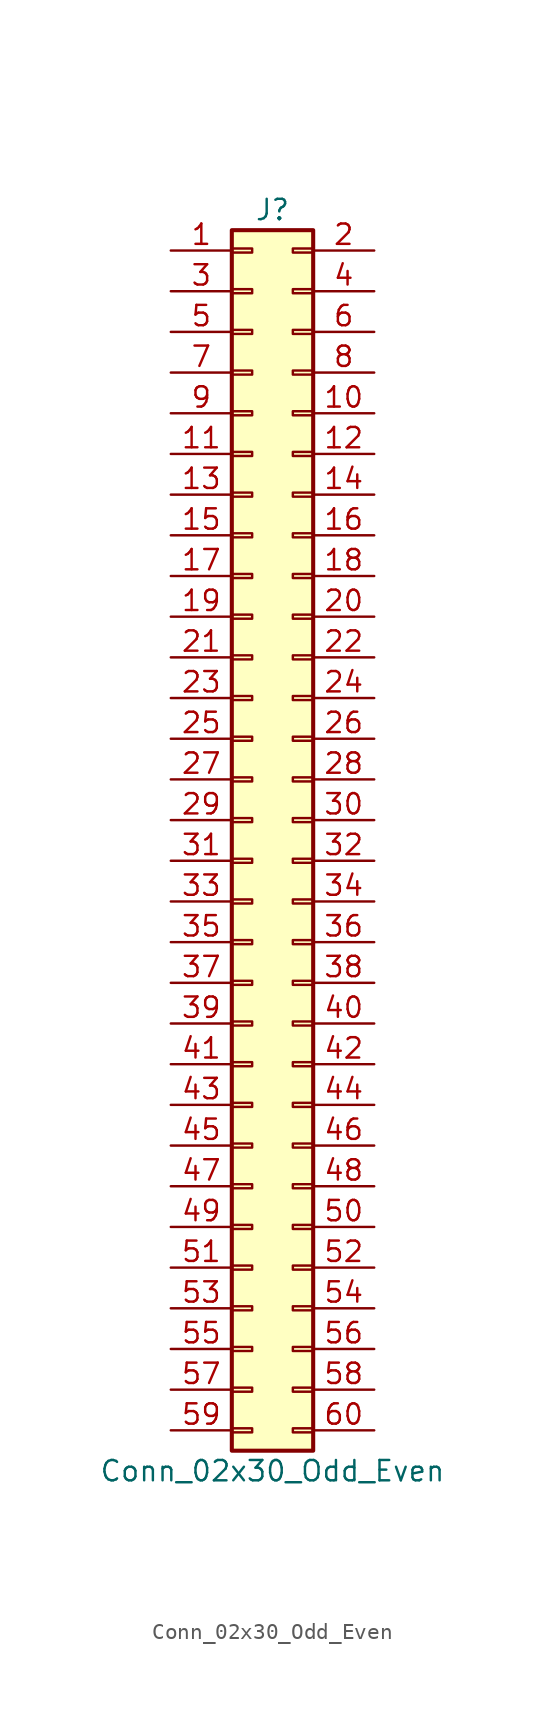
<source format=kicad_sym>
(kicad_symbol_lib
  (version 20201005)
  (generator kicad_symbol_editor)
  (symbol "Conn_02x30_Odd_Even"
    (pin_names
      (offset 1.016) hide)
    (property "Reference" "J"
      (at 1.27 38.1 0)
      (effects (font (size 1.27 1.27))))
    (property "Value" "Conn_02x30_Odd_Even"
      (at 1.27 -40.64 0)
      (effects (font (size 1.27 1.27))))
    (symbol "Conn_02x30_Odd_Even_1_1"
      (rectangle (start -1.27 -37.973) (end 0 -38.227) (stroke (width 0.152)) (fill (type none)))
      (rectangle (start -1.27 -35.433) (end 0 -35.687) (stroke (width 0.152)) (fill (type none)))
      (rectangle (start -1.27 -32.893) (end 0 -33.147) (stroke (width 0.152)) (fill (type none)))
      (rectangle (start -1.27 -30.353) (end 0 -30.607) (stroke (width 0.152)) (fill (type none)))
      (rectangle (start -1.27 -27.813) (end 0 -28.067) (stroke (width 0.152)) (fill (type none)))
      (rectangle (start -1.27 -25.273) (end 0 -25.527) (stroke (width 0.152)) (fill (type none)))
      (rectangle (start -1.27 -22.733) (end 0 -22.987) (stroke (width 0.152)) (fill (type none)))
      (rectangle (start -1.27 -20.193) (end 0 -20.447) (stroke (width 0.152)) (fill (type none)))
      (rectangle (start -1.27 -17.653) (end 0 -17.907) (stroke (width 0.152)) (fill (type none)))
      (rectangle (start -1.27 -15.113) (end 0 -15.367) (stroke (width 0.152)) (fill (type none)))
      (rectangle (start -1.27 -12.573) (end 0 -12.827) (stroke (width 0.152)) (fill (type none)))
      (rectangle (start -1.27 -10.033) (end 0 -10.287) (stroke (width 0.152)) (fill (type none)))
      (rectangle (start -1.27 -7.493) (end 0 -7.747) (stroke (width 0.152)) (fill (type none)))
      (rectangle (start -1.27 -4.953) (end 0 -5.207) (stroke (width 0.152)) (fill (type none)))
      (rectangle (start -1.27 -2.413) (end 0 -2.667) (stroke (width 0.152)) (fill (type none)))
      (rectangle (start -1.27 0.127) (end 0 -0.127) (stroke (width 0.152)) (fill (type none)))
      (rectangle (start -1.27 2.667) (end 0 2.413) (stroke (width 0.152)) (fill (type none)))
      (rectangle (start -1.27 5.207) (end 0 4.953) (stroke (width 0.152)) (fill (type none)))
      (rectangle (start -1.27 7.747) (end 0 7.493) (stroke (width 0.152)) (fill (type none)))
      (rectangle (start -1.27 10.287) (end 0 10.033) (stroke (width 0.152)) (fill (type none)))
      (rectangle (start -1.27 12.827) (end 0 12.573) (stroke (width 0.152)) (fill (type none)))
      (rectangle (start -1.27 15.367) (end 0 15.113) (stroke (width 0.152)) (fill (type none)))
      (rectangle (start -1.27 17.907) (end 0 17.653) (stroke (width 0.152)) (fill (type none)))
      (rectangle (start -1.27 20.447) (end 0 20.193) (stroke (width 0.152)) (fill (type none)))
      (rectangle (start -1.27 22.987) (end 0 22.733) (stroke (width 0.152)) (fill (type none)))
      (rectangle (start -1.27 25.527) (end 0 25.273) (stroke (width 0.152)) (fill (type none)))
      (rectangle (start -1.27 28.067) (end 0 27.813) (stroke (width 0.152)) (fill (type none)))
      (rectangle (start -1.27 30.607) (end 0 30.353) (stroke (width 0.152)) (fill (type none)))
      (rectangle (start -1.27 33.147) (end 0 32.893) (stroke (width 0.152)) (fill (type none)))
      (rectangle (start -1.27 35.687) (end 0 35.433) (stroke (width 0.152)) (fill (type none)))
      (rectangle (start 3.81 -37.973) (end 2.54 -38.227) (stroke (width 0.152)) (fill (type none)))
      (rectangle (start 3.81 -35.433) (end 2.54 -35.687) (stroke (width 0.152)) (fill (type none)))
      (rectangle (start 3.81 -32.893) (end 2.54 -33.147) (stroke (width 0.152)) (fill (type none)))
      (rectangle (start 3.81 -30.353) (end 2.54 -30.607) (stroke (width 0.152)) (fill (type none)))
      (rectangle (start 3.81 -27.813) (end 2.54 -28.067) (stroke (width 0.152)) (fill (type none)))
      (rectangle (start 3.81 -25.273) (end 2.54 -25.527) (stroke (width 0.152)) (fill (type none)))
      (rectangle (start 3.81 -22.733) (end 2.54 -22.987) (stroke (width 0.152)) (fill (type none)))
      (rectangle (start 3.81 -20.193) (end 2.54 -20.447) (stroke (width 0.152)) (fill (type none)))
      (rectangle (start 3.81 -17.653) (end 2.54 -17.907) (stroke (width 0.152)) (fill (type none)))
      (rectangle (start 3.81 -15.113) (end 2.54 -15.367) (stroke (width 0.152)) (fill (type none)))
      (rectangle (start 3.81 -12.573) (end 2.54 -12.827) (stroke (width 0.152)) (fill (type none)))
      (rectangle (start 3.81 -10.033) (end 2.54 -10.287) (stroke (width 0.152)) (fill (type none)))
      (rectangle (start 3.81 -7.493) (end 2.54 -7.747) (stroke (width 0.152)) (fill (type none)))
      (rectangle (start 3.81 -4.953) (end 2.54 -5.207) (stroke (width 0.152)) (fill (type none)))
      (rectangle (start 3.81 -2.413) (end 2.54 -2.667) (stroke (width 0.152)) (fill (type none)))
      (rectangle (start 3.81 0.127) (end 2.54 -0.127) (stroke (width 0.152)) (fill (type none)))
      (rectangle (start 3.81 2.667) (end 2.54 2.413) (stroke (width 0.152)) (fill (type none)))
      (rectangle (start 3.81 5.207) (end 2.54 4.953) (stroke (width 0.152)) (fill (type none)))
      (rectangle (start 3.81 7.747) (end 2.54 7.493) (stroke (width 0.152)) (fill (type none)))
      (rectangle (start 3.81 10.287) (end 2.54 10.033) (stroke (width 0.152)) (fill (type none)))
      (rectangle (start 3.81 12.827) (end 2.54 12.573) (stroke (width 0.152)) (fill (type none)))
      (rectangle (start 3.81 15.367) (end 2.54 15.113) (stroke (width 0.152)) (fill (type none)))
      (rectangle (start 3.81 17.907) (end 2.54 17.653) (stroke (width 0.152)) (fill (type none)))
      (rectangle (start 3.81 20.447) (end 2.54 20.193) (stroke (width 0.152)) (fill (type none)))
      (rectangle (start 3.81 22.987) (end 2.54 22.733) (stroke (width 0.152)) (fill (type none)))
      (rectangle (start 3.81 25.527) (end 2.54 25.273) (stroke (width 0.152)) (fill (type none)))
      (rectangle (start 3.81 28.067) (end 2.54 27.813) (stroke (width 0.152)) (fill (type none)))
      (rectangle (start 3.81 30.607) (end 2.54 30.353) (stroke (width 0.152)) (fill (type none)))
      (rectangle (start 3.81 33.147) (end 2.54 32.893) (stroke (width 0.152)) (fill (type none)))
      (rectangle (start 3.81 35.687) (end 2.54 35.433) (stroke (width 0.152)) (fill (type none)))
      (rectangle (start -1.27 36.83) (end 3.81 -39.37) (stroke (width 0.254)) (fill (type background)))
      (pin passive line (at -5.08 35.56 0) (length 3.81) (name "Pin_1" (effects (font (size 1.27 1.27)))) (number "1" (effects (font (size 1.27 1.27)))))
      (pin passive line (at 7.62 25.4 180) (length 3.81) (name "Pin_10" (effects (font (size 1.27 1.27)))) (number "10" (effects (font (size 1.27 1.27)))))
      (pin passive line (at -5.08 22.86 0) (length 3.81) (name "Pin_11" (effects (font (size 1.27 1.27)))) (number "11" (effects (font (size 1.27 1.27)))))
      (pin passive line (at 7.62 22.86 180) (length 3.81) (name "Pin_12" (effects (font (size 1.27 1.27)))) (number "12" (effects (font (size 1.27 1.27)))))
      (pin passive line (at -5.08 20.32 0) (length 3.81) (name "Pin_13" (effects (font (size 1.27 1.27)))) (number "13" (effects (font (size 1.27 1.27)))))
      (pin passive line (at 7.62 20.32 180) (length 3.81) (name "Pin_14" (effects (font (size 1.27 1.27)))) (number "14" (effects (font (size 1.27 1.27)))))
      (pin passive line (at -5.08 17.78 0) (length 3.81) (name "Pin_15" (effects (font (size 1.27 1.27)))) (number "15" (effects (font (size 1.27 1.27)))))
      (pin passive line (at 7.62 17.78 180) (length 3.81) (name "Pin_16" (effects (font (size 1.27 1.27)))) (number "16" (effects (font (size 1.27 1.27)))))
      (pin passive line (at -5.08 15.24 0) (length 3.81) (name "Pin_17" (effects (font (size 1.27 1.27)))) (number "17" (effects (font (size 1.27 1.27)))))
      (pin passive line (at 7.62 15.24 180) (length 3.81) (name "Pin_18" (effects (font (size 1.27 1.27)))) (number "18" (effects (font (size 1.27 1.27)))))
      (pin passive line (at -5.08 12.7 0) (length 3.81) (name "Pin_19" (effects (font (size 1.27 1.27)))) (number "19" (effects (font (size 1.27 1.27)))))
      (pin passive line (at 7.62 35.56 180) (length 3.81) (name "Pin_2" (effects (font (size 1.27 1.27)))) (number "2" (effects (font (size 1.27 1.27)))))
      (pin passive line (at 7.62 12.7 180) (length 3.81) (name "Pin_20" (effects (font (size 1.27 1.27)))) (number "20" (effects (font (size 1.27 1.27)))))
      (pin passive line (at -5.08 10.16 0) (length 3.81) (name "Pin_21" (effects (font (size 1.27 1.27)))) (number "21" (effects (font (size 1.27 1.27)))))
      (pin passive line (at 7.62 10.16 180) (length 3.81) (name "Pin_22" (effects (font (size 1.27 1.27)))) (number "22" (effects (font (size 1.27 1.27)))))
      (pin passive line (at -5.08 7.62 0) (length 3.81) (name "Pin_23" (effects (font (size 1.27 1.27)))) (number "23" (effects (font (size 1.27 1.27)))))
      (pin passive line (at 7.62 7.62 180) (length 3.81) (name "Pin_24" (effects (font (size 1.27 1.27)))) (number "24" (effects (font (size 1.27 1.27)))))
      (pin passive line (at -5.08 5.08 0) (length 3.81) (name "Pin_25" (effects (font (size 1.27 1.27)))) (number "25" (effects (font (size 1.27 1.27)))))
      (pin passive line (at 7.62 5.08 180) (length 3.81) (name "Pin_26" (effects (font (size 1.27 1.27)))) (number "26" (effects (font (size 1.27 1.27)))))
      (pin passive line (at -5.08 2.54 0) (length 3.81) (name "Pin_27" (effects (font (size 1.27 1.27)))) (number "27" (effects (font (size 1.27 1.27)))))
      (pin passive line (at 7.62 2.54 180) (length 3.81) (name "Pin_28" (effects (font (size 1.27 1.27)))) (number "28" (effects (font (size 1.27 1.27)))))
      (pin passive line (at -5.08 0 0) (length 3.81) (name "Pin_29" (effects (font (size 1.27 1.27)))) (number "29" (effects (font (size 1.27 1.27)))))
      (pin passive line (at -5.08 33.02 0) (length 3.81) (name "Pin_3" (effects (font (size 1.27 1.27)))) (number "3" (effects (font (size 1.27 1.27)))))
      (pin passive line (at 7.62 0 180) (length 3.81) (name "Pin_30" (effects (font (size 1.27 1.27)))) (number "30" (effects (font (size 1.27 1.27)))))
      (pin passive line (at -5.08 -2.54 0) (length 3.81) (name "Pin_31" (effects (font (size 1.27 1.27)))) (number "31" (effects (font (size 1.27 1.27)))))
      (pin passive line (at 7.62 -2.54 180) (length 3.81) (name "Pin_32" (effects (font (size 1.27 1.27)))) (number "32" (effects (font (size 1.27 1.27)))))
      (pin passive line (at -5.08 -5.08 0) (length 3.81) (name "Pin_33" (effects (font (size 1.27 1.27)))) (number "33" (effects (font (size 1.27 1.27)))))
      (pin passive line (at 7.62 -5.08 180) (length 3.81) (name "Pin_34" (effects (font (size 1.27 1.27)))) (number "34" (effects (font (size 1.27 1.27)))))
      (pin passive line (at -5.08 -7.62 0) (length 3.81) (name "Pin_35" (effects (font (size 1.27 1.27)))) (number "35" (effects (font (size 1.27 1.27)))))
      (pin passive line (at 7.62 -7.62 180) (length 3.81) (name "Pin_36" (effects (font (size 1.27 1.27)))) (number "36" (effects (font (size 1.27 1.27)))))
      (pin passive line (at -5.08 -10.16 0) (length 3.81) (name "Pin_37" (effects (font (size 1.27 1.27)))) (number "37" (effects (font (size 1.27 1.27)))))
      (pin passive line (at 7.62 -10.16 180) (length 3.81) (name "Pin_38" (effects (font (size 1.27 1.27)))) (number "38" (effects (font (size 1.27 1.27)))))
      (pin passive line (at -5.08 -12.7 0) (length 3.81) (name "Pin_39" (effects (font (size 1.27 1.27)))) (number "39" (effects (font (size 1.27 1.27)))))
      (pin passive line (at 7.62 33.02 180) (length 3.81) (name "Pin_4" (effects (font (size 1.27 1.27)))) (number "4" (effects (font (size 1.27 1.27)))))
      (pin passive line (at 7.62 -12.7 180) (length 3.81) (name "Pin_40" (effects (font (size 1.27 1.27)))) (number "40" (effects (font (size 1.27 1.27)))))
      (pin passive line (at -5.08 -15.24 0) (length 3.81) (name "Pin_41" (effects (font (size 1.27 1.27)))) (number "41" (effects (font (size 1.27 1.27)))))
      (pin passive line (at 7.62 -15.24 180) (length 3.81) (name "Pin_42" (effects (font (size 1.27 1.27)))) (number "42" (effects (font (size 1.27 1.27)))))
      (pin passive line (at -5.08 -17.78 0) (length 3.81) (name "Pin_43" (effects (font (size 1.27 1.27)))) (number "43" (effects (font (size 1.27 1.27)))))
      (pin passive line (at 7.62 -17.78 180) (length 3.81) (name "Pin_44" (effects (font (size 1.27 1.27)))) (number "44" (effects (font (size 1.27 1.27)))))
      (pin passive line (at -5.08 -20.32 0) (length 3.81) (name "Pin_45" (effects (font (size 1.27 1.27)))) (number "45" (effects (font (size 1.27 1.27)))))
      (pin passive line (at 7.62 -20.32 180) (length 3.81) (name "Pin_46" (effects (font (size 1.27 1.27)))) (number "46" (effects (font (size 1.27 1.27)))))
      (pin passive line (at -5.08 -22.86 0) (length 3.81) (name "Pin_47" (effects (font (size 1.27 1.27)))) (number "47" (effects (font (size 1.27 1.27)))))
      (pin passive line (at 7.62 -22.86 180) (length 3.81) (name "Pin_48" (effects (font (size 1.27 1.27)))) (number "48" (effects (font (size 1.27 1.27)))))
      (pin passive line (at -5.08 -25.4 0) (length 3.81) (name "Pin_49" (effects (font (size 1.27 1.27)))) (number "49" (effects (font (size 1.27 1.27)))))
      (pin passive line (at -5.08 30.48 0) (length 3.81) (name "Pin_5" (effects (font (size 1.27 1.27)))) (number "5" (effects (font (size 1.27 1.27)))))
      (pin passive line (at 7.62 -25.4 180) (length 3.81) (name "Pin_50" (effects (font (size 1.27 1.27)))) (number "50" (effects (font (size 1.27 1.27)))))
      (pin passive line (at -5.08 -27.94 0) (length 3.81) (name "Pin_51" (effects (font (size 1.27 1.27)))) (number "51" (effects (font (size 1.27 1.27)))))
      (pin passive line (at 7.62 -27.94 180) (length 3.81) (name "Pin_52" (effects (font (size 1.27 1.27)))) (number "52" (effects (font (size 1.27 1.27)))))
      (pin passive line (at -5.08 -30.48 0) (length 3.81) (name "Pin_53" (effects (font (size 1.27 1.27)))) (number "53" (effects (font (size 1.27 1.27)))))
      (pin passive line (at 7.62 -30.48 180) (length 3.81) (name "Pin_54" (effects (font (size 1.27 1.27)))) (number "54" (effects (font (size 1.27 1.27)))))
      (pin passive line (at -5.08 -33.02 0) (length 3.81) (name "Pin_55" (effects (font (size 1.27 1.27)))) (number "55" (effects (font (size 1.27 1.27)))))
      (pin passive line (at 7.62 -33.02 180) (length 3.81) (name "Pin_56" (effects (font (size 1.27 1.27)))) (number "56" (effects (font (size 1.27 1.27)))))
      (pin passive line (at -5.08 -35.56 0) (length 3.81) (name "Pin_57" (effects (font (size 1.27 1.27)))) (number "57" (effects (font (size 1.27 1.27)))))
      (pin passive line (at 7.62 -35.56 180) (length 3.81) (name "Pin_58" (effects (font (size 1.27 1.27)))) (number "58" (effects (font (size 1.27 1.27)))))
      (pin passive line (at -5.08 -38.1 0) (length 3.81) (name "Pin_59" (effects (font (size 1.27 1.27)))) (number "59" (effects (font (size 1.27 1.27)))))
      (pin passive line (at 7.62 30.48 180) (length 3.81) (name "Pin_6" (effects (font (size 1.27 1.27)))) (number "6" (effects (font (size 1.27 1.27)))))
      (pin passive line (at 7.62 -38.1 180) (length 3.81) (name "Pin_60" (effects (font (size 1.27 1.27)))) (number "60" (effects (font (size 1.27 1.27)))))
      (pin passive line (at -5.08 27.94 0) (length 3.81) (name "Pin_7" (effects (font (size 1.27 1.27)))) (number "7" (effects (font (size 1.27 1.27)))))
      (pin passive line (at 7.62 27.94 180) (length 3.81) (name "Pin_8" (effects (font (size 1.27 1.27)))) (number "8" (effects (font (size 1.27 1.27)))))
      (pin passive line (at -5.08 25.4 0) (length 3.81) (name "Pin_9" (effects (font (size 1.27 1.27)))) (number "9" (effects (font (size 1.27 1.27))))))))
</source>
